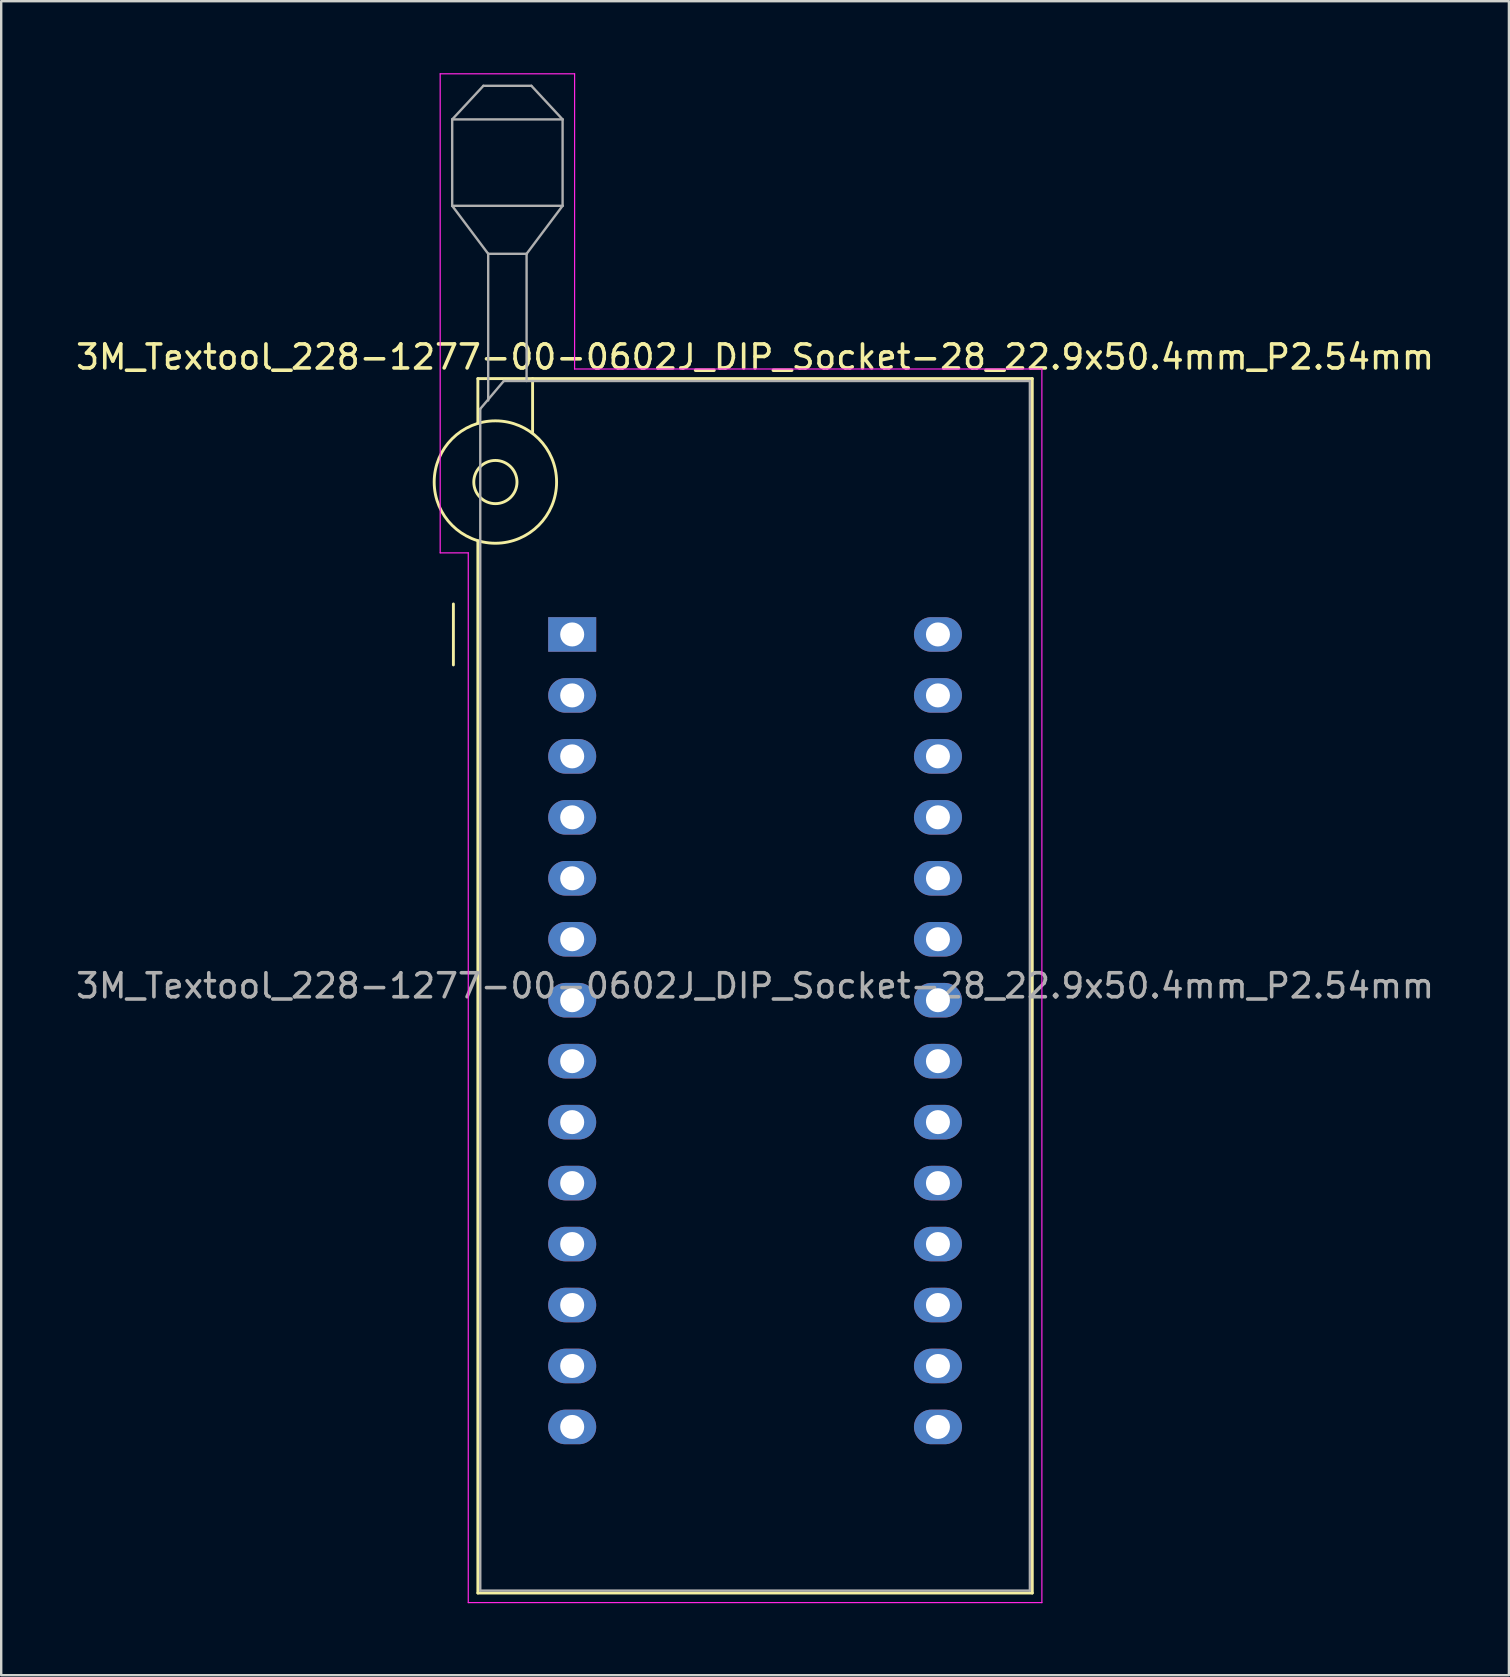
<source format=kicad_pcb>
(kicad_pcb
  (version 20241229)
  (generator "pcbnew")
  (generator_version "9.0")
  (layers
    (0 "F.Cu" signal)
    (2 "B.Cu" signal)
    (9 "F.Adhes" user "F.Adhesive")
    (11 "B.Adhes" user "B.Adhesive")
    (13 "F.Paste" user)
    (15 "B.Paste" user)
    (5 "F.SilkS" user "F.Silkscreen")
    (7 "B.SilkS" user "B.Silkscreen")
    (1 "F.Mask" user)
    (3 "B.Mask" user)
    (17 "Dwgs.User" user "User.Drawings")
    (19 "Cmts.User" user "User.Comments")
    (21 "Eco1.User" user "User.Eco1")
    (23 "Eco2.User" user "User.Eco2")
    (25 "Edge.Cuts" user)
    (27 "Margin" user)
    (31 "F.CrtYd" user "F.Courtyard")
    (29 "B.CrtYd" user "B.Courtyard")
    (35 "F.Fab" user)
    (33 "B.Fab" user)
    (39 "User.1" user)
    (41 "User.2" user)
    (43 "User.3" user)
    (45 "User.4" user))
  (footprint "3M_Textool_228-1277-00-0602J_DIP_Socket-28_22.9x50.4mm_P2.54mm"
    (layer "F.Cu")
    (at 20.791 23.385)
    (property "Reference" "3M_Textool_228-1277-00-0602J_DIP_Socket-28_22.9x50.4mm_P2.54mm" (at 7.62 -11.56 0) (layer "F.SilkS") (effects (font (size 1 1) (thickness 0.15))))
    (attr through_hole)
    (fp_line (start -4.95 1.27) (end -4.95 -1.27) (stroke (width 0.12) (type solid)) (layer "F.SilkS"))
    (fp_line (start -3.93 -10.66) (end -3.93 -8.8) (stroke (width 0.12) (type solid)) (layer "F.SilkS"))
    (fp_line (start -3.93 -3.9) (end -3.93 39.94) (stroke (width 0.12) (type solid)) (layer "F.SilkS"))
    (fp_line (start -3.93 39.94) (end 19.17 39.94) (stroke (width 0.12) (type solid)) (layer "F.SilkS"))
    (fp_line (start -1.65 -10.66) (end -1.65 -8.4) (stroke (width 0.12) (type solid)) (layer "F.SilkS"))
    (fp_line (start 19.17 -10.66) (end -3.93 -10.66) (stroke (width 0.12) (type solid)) (layer "F.SilkS"))
    (fp_line (start 19.17 39.94) (end 19.17 -10.66) (stroke (width 0.12) (type solid)) (layer "F.SilkS"))
    (fp_circle (center -3.2 -6.35) (end -2.3 -6.35) (stroke (width 0.12) (type solid)) (fill no) (layer "F.SilkS"))
    (fp_circle (center -3.2 -6.35) (end -0.65 -6.35) (stroke (width 0.12) (type solid)) (fill no) (layer "F.SilkS"))
    (fp_line (start -5.5 -23.36) (end 0.1 -23.36) (stroke (width 0.05) (type solid)) (layer "F.CrtYd"))
    (fp_line (start -5.5 -3.4) (end -5.5 -23.36) (stroke (width 0.05) (type solid)) (layer "F.CrtYd"))
    (fp_line (start -4.33 -3.4) (end -5.5 -3.4) (stroke (width 0.05) (type solid)) (layer "F.CrtYd"))
    (fp_line (start -4.33 40.34) (end -4.33 -3.4) (stroke (width 0.05) (type solid)) (layer "F.CrtYd"))
    (fp_line (start 0.1 -23.36) (end 0.1 -11.06) (stroke (width 0.05) (type solid)) (layer "F.CrtYd"))
    (fp_line (start 0.1 -11.06) (end 19.57 -11.06) (stroke (width 0.05) (type solid)) (layer "F.CrtYd"))
    (fp_line (start 19.57 -11.06) (end 19.57 40.34) (stroke (width 0.05) (type solid)) (layer "F.CrtYd"))
    (fp_line (start 19.57 40.34) (end -4.33 40.34) (stroke (width 0.05) (type solid)) (layer "F.CrtYd"))
    (fp_line (start -5 -21.46) (end -5 -17.86) (stroke (width 0.1) (type solid)) (layer "F.Fab"))
    (fp_line (start -5 -21.46) (end -3.7 -22.86) (stroke (width 0.1) (type solid)) (layer "F.Fab"))
    (fp_line (start -5 -17.86) (end -3.5 -15.86) (stroke (width 0.1) (type solid)) (layer "F.Fab"))
    (fp_line (start -5 -17.86) (end -0.4 -17.86) (stroke (width 0.1) (type solid)) (layer "F.Fab"))
    (fp_line (start -3.83 -9.4) (end -2.85 -10.56) (stroke (width 0.1) (type solid)) (layer "F.Fab"))
    (fp_line (start -3.83 39.84) (end -3.83 -9.4) (stroke (width 0.1) (type solid)) (layer "F.Fab"))
    (fp_line (start -3.7 -22.86) (end -1.7 -22.86) (stroke (width 0.1) (type solid)) (layer "F.Fab"))
    (fp_line (start -3.5 -15.86) (end -1.9 -15.86) (stroke (width 0.1) (type solid)) (layer "F.Fab"))
    (fp_line (start -3.5 -9.75) (end -3.5 -15.86) (stroke (width 0.1) (type solid)) (layer "F.Fab"))
    (fp_line (start -2.85 -10.56) (end 19.07 -10.56) (stroke (width 0.1) (type solid)) (layer "F.Fab"))
    (fp_line (start -1.9 -15.86) (end -1.9 -10.56) (stroke (width 0.1) (type solid)) (layer "F.Fab"))
    (fp_line (start -1.7 -22.86) (end -0.4 -21.46) (stroke (width 0.1) (type solid)) (layer "F.Fab"))
    (fp_line (start -0.4 -21.46) (end -5 -21.46) (stroke (width 0.1) (type solid)) (layer "F.Fab"))
    (fp_line (start -0.4 -17.86) (end -1.9 -15.86) (stroke (width 0.1) (type solid)) (layer "F.Fab"))
    (fp_line (start -0.4 -17.86) (end -0.4 -21.46) (stroke (width 0.1) (type solid)) (layer "F.Fab"))
    (fp_line (start 19.07 -10.56) (end 19.07 39.84) (stroke (width 0.1) (type solid)) (layer "F.Fab"))
    (fp_line (start 19.07 39.84) (end -3.83 39.84) (stroke (width 0.1) (type solid)) (layer "F.Fab"))
    (fp_text user "${REFERENCE}" (at 7.62 14.64 0) (layer "F.Fab") (effects (font (size 1 1) (thickness 0.15))))
    (pad "1" thru_hole rect (at 0 0) (size 2 1.44) (drill 1) (layers "*.Cu" "*.Mask"))
    (pad "2" thru_hole oval (at 0 2.54) (size 2 1.44) (drill 1) (layers "*.Cu" "*.Mask"))
    (pad "3" thru_hole oval (at 0 5.08) (size 2 1.44) (drill 1) (layers "*.Cu" "*.Mask"))
    (pad "4" thru_hole oval (at 0 7.62) (size 2 1.44) (drill 1) (layers "*.Cu" "*.Mask"))
    (pad "5" thru_hole oval (at 0 10.16) (size 2 1.44) (drill 1) (layers "*.Cu" "*.Mask"))
    (pad "6" thru_hole oval (at 0 12.7) (size 2 1.44) (drill 1) (layers "*.Cu" "*.Mask"))
    (pad "7" thru_hole oval (at 0 15.24) (size 2 1.44) (drill 1) (layers "*.Cu" "*.Mask"))
    (pad "8" thru_hole oval (at 0 17.78) (size 2 1.44) (drill 1) (layers "*.Cu" "*.Mask"))
    (pad "9" thru_hole oval (at 0 20.32) (size 2 1.44) (drill 1) (layers "*.Cu" "*.Mask"))
    (pad "10" thru_hole oval (at 0 22.86) (size 2 1.44) (drill 1) (layers "*.Cu" "*.Mask"))
    (pad "11" thru_hole oval (at 0 25.4) (size 2 1.44) (drill 1) (layers "*.Cu" "*.Mask"))
    (pad "12" thru_hole oval (at 0 27.94) (size 2 1.44) (drill 1) (layers "*.Cu" "*.Mask"))
    (pad "13" thru_hole oval (at 0 30.48) (size 2 1.44) (drill 1) (layers "*.Cu" "*.Mask"))
    (pad "14" thru_hole oval (at 0 33.02) (size 2 1.44) (drill 1) (layers "*.Cu" "*.Mask"))
    (pad "15" thru_hole oval (at 15.24 33.02) (size 2 1.44) (drill 1) (layers "*.Cu" "*.Mask"))
    (pad "16" thru_hole oval (at 15.24 30.48) (size 2 1.44) (drill 1) (layers "*.Cu" "*.Mask"))
    (pad "17" thru_hole oval (at 15.24 27.94) (size 2 1.44) (drill 1) (layers "*.Cu" "*.Mask"))
    (pad "18" thru_hole oval (at 15.24 25.4) (size 2 1.44) (drill 1) (layers "*.Cu" "*.Mask"))
    (pad "19" thru_hole oval (at 15.24 22.86) (size 2 1.44) (drill 1) (layers "*.Cu" "*.Mask"))
    (pad "20" thru_hole oval (at 15.24 20.32) (size 2 1.44) (drill 1) (layers "*.Cu" "*.Mask"))
    (pad "21" thru_hole oval (at 15.24 17.78) (size 2 1.44) (drill 1) (layers "*.Cu" "*.Mask"))
    (pad "22" thru_hole oval (at 15.24 15.24) (size 2 1.44) (drill 1) (layers "*.Cu" "*.Mask"))
    (pad "23" thru_hole oval (at 15.24 12.7) (size 2 1.44) (drill 1) (layers "*.Cu" "*.Mask"))
    (pad "24" thru_hole oval (at 15.24 10.16) (size 2 1.44) (drill 1) (layers "*.Cu" "*.Mask"))
    (pad "25" thru_hole oval (at 15.24 7.62) (size 2 1.44) (drill 1) (layers "*.Cu" "*.Mask"))
    (pad "26" thru_hole oval (at 15.24 5.08) (size 2 1.44) (drill 1) (layers "*.Cu" "*.Mask"))
    (pad "27" thru_hole oval (at 15.24 2.54) (size 2 1.44) (drill 1) (layers "*.Cu" "*.Mask"))
    (pad "28" thru_hole oval (at 15.24 0) (size 2 1.44) (drill 1) (layers "*.Cu" "*.Mask")))
  (gr_rect
    (start -3 -3)
    (end 59.821 66.75)
    (stroke (width 0.1) (type default))
    (fill no)
    (layer "Edge.Cuts")))
</source>
